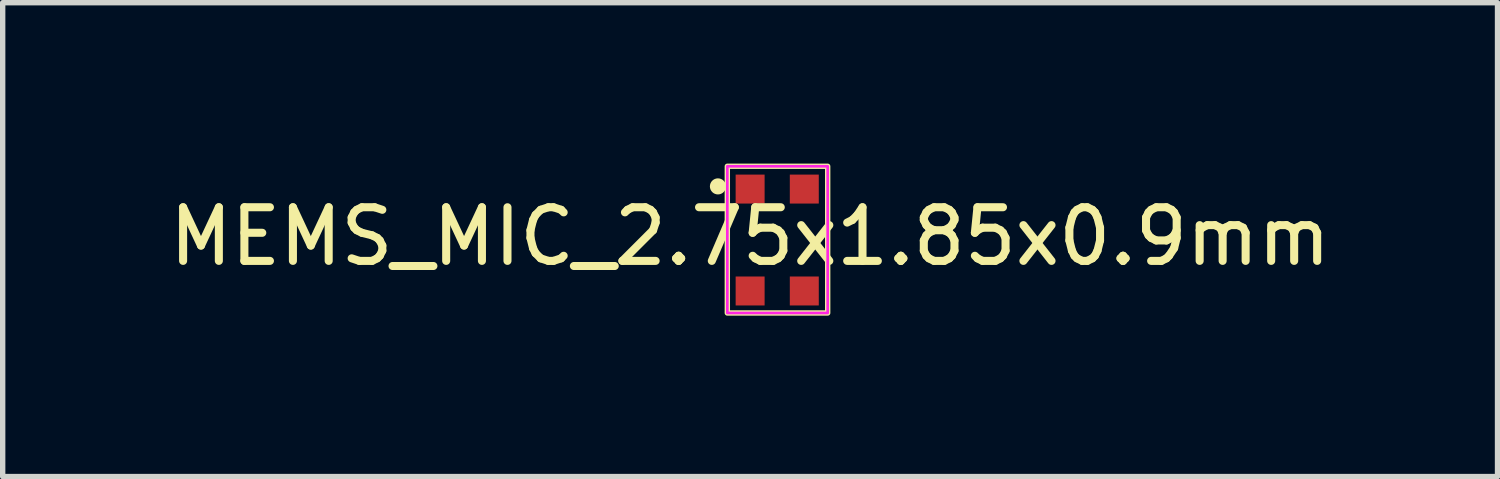
<source format=kicad_pcb>
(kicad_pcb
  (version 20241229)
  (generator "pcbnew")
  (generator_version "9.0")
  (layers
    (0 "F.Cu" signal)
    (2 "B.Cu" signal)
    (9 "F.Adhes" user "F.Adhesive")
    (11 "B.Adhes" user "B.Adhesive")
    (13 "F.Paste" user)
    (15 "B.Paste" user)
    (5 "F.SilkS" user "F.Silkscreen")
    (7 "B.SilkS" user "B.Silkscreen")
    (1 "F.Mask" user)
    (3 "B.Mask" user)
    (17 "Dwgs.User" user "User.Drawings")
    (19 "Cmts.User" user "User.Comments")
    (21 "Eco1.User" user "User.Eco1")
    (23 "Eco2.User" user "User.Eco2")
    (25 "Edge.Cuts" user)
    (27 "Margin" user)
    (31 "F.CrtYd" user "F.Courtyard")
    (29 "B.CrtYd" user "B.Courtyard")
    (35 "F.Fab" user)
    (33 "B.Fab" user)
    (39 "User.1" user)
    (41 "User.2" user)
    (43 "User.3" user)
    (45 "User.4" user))
  (footprint "MEMS_MIC_2.75x1.85x0.9mm"
    (layer "F.Cu")
    (at 10.935 2.375)
    (property "Reference" "MEMS_MIC_2.75x1.85x0.9mm" (at 0 -1.016 0) (unlocked yes) (layer "F.SilkS") (effects (font (size 1 1) (thickness 0.15))))
    (attr smd)
    (fp_rect (start -0.425 -2.325) (end 1.446 0.41) (stroke (width 0.1) (type solid)) (fill no) (layer "F.SilkS"))
    (fp_circle (center -0.6 -1.95) (end -0.525 -1.95) (stroke (width 0.15) (type solid)) (fill no) (layer "F.SilkS"))
    (fp_rect (start -0.425 -2.325) (end 1.446 0.41) (stroke (width 0.05) (type solid)) (fill no) (layer "F.CrtYd"))
    (pad "1" smd rect (at 1.01 -1.9) (size 0.54 0.54) (layers "F.Cu" "F.Mask" "F.Paste"))
    (pad "2" smd rect (at 1.01 0) (size 0.54 0.54) (layers "F.Cu" "F.Mask" "F.Paste"))
    (pad "3" smd rect (at 0 0) (size 0.54 0.54) (layers "F.Cu" "F.Mask" "F.Paste"))
    (pad "4" smd rect (at 0 -1.9) (size 0.54 0.54) (layers "F.Cu" "F.Mask" "F.Paste")))
  (gr_rect
    (start -3 -3)
    (end 24.869 5.835)
    (stroke (width 0.1) (type default))
    (fill no)
    (layer "Edge.Cuts")))
</source>
